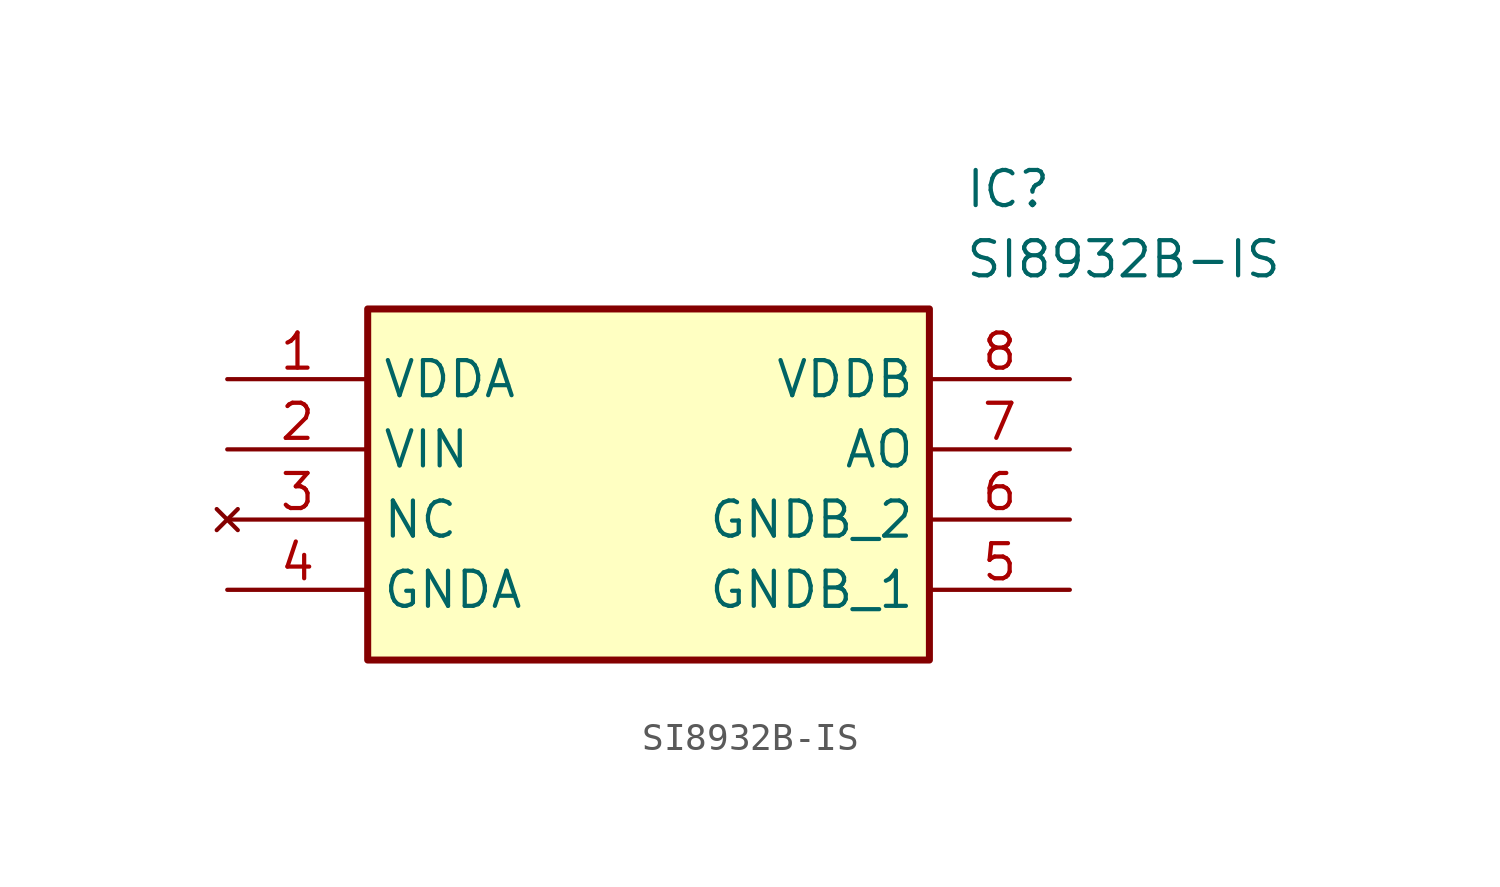
<source format=kicad_sym>
(kicad_symbol_lib
  (version 20211014)
  (generator SamacSys_ECAD_Model)
  (symbol "SI8932B-IS"
    (property "Reference" "IC"
      (at 26.67 7.62 0)
      (effects (font (size 1.27 1.27)) (justify left top)))
    (property "Value" "SI8932B-IS"
      (at 26.67 5.08 0)
      (effects (font (size 1.27 1.27)) (justify left top)))
    (rectangle
      (start 5.08 2.54)
      (end 25.4 -10.16)
      (stroke (width 0.254) (type default))
      (fill (type background)))
    (pin passive line
      (at 0 0 0)
      (length 5.08)
      (name "VDDA" (effects (font (size 1.27 1.27))))
      (number "1" (effects (font (size 1.27 1.27)))))
    (pin passive line
      (at 0 -2.54 0)
      (length 5.08)
      (name "VIN" (effects (font (size 1.27 1.27))))
      (number "2" (effects (font (size 1.27 1.27)))))
    (pin no_connect line
      (at 0 -5.08 0)
      (length 5.08)
      (name "NC" (effects (font (size 1.27 1.27))))
      (number "3" (effects (font (size 1.27 1.27)))))
    (pin passive line
      (at 0 -7.62 0)
      (length 5.08)
      (name "GNDA" (effects (font (size 1.27 1.27))))
      (number "4" (effects (font (size 1.27 1.27)))))
    (pin passive line
      (at 30.48 0 180)
      (length 5.08)
      (name "VDDB" (effects (font (size 1.27 1.27))))
      (number "8" (effects (font (size 1.27 1.27)))))
    (pin passive line
      (at 30.48 -2.54 180)
      (length 5.08)
      (name "AO" (effects (font (size 1.27 1.27))))
      (number "7" (effects (font (size 1.27 1.27)))))
    (pin passive line
      (at 30.48 -5.08 180)
      (length 5.08)
      (name "GNDB_2" (effects (font (size 1.27 1.27))))
      (number "6" (effects (font (size 1.27 1.27)))))
    (pin passive line
      (at 30.48 -7.62 180)
      (length 5.08)
      (name "GNDB_1" (effects (font (size 1.27 1.27))))
      (number "5" (effects (font (size 1.27 1.27)))))))
</source>
